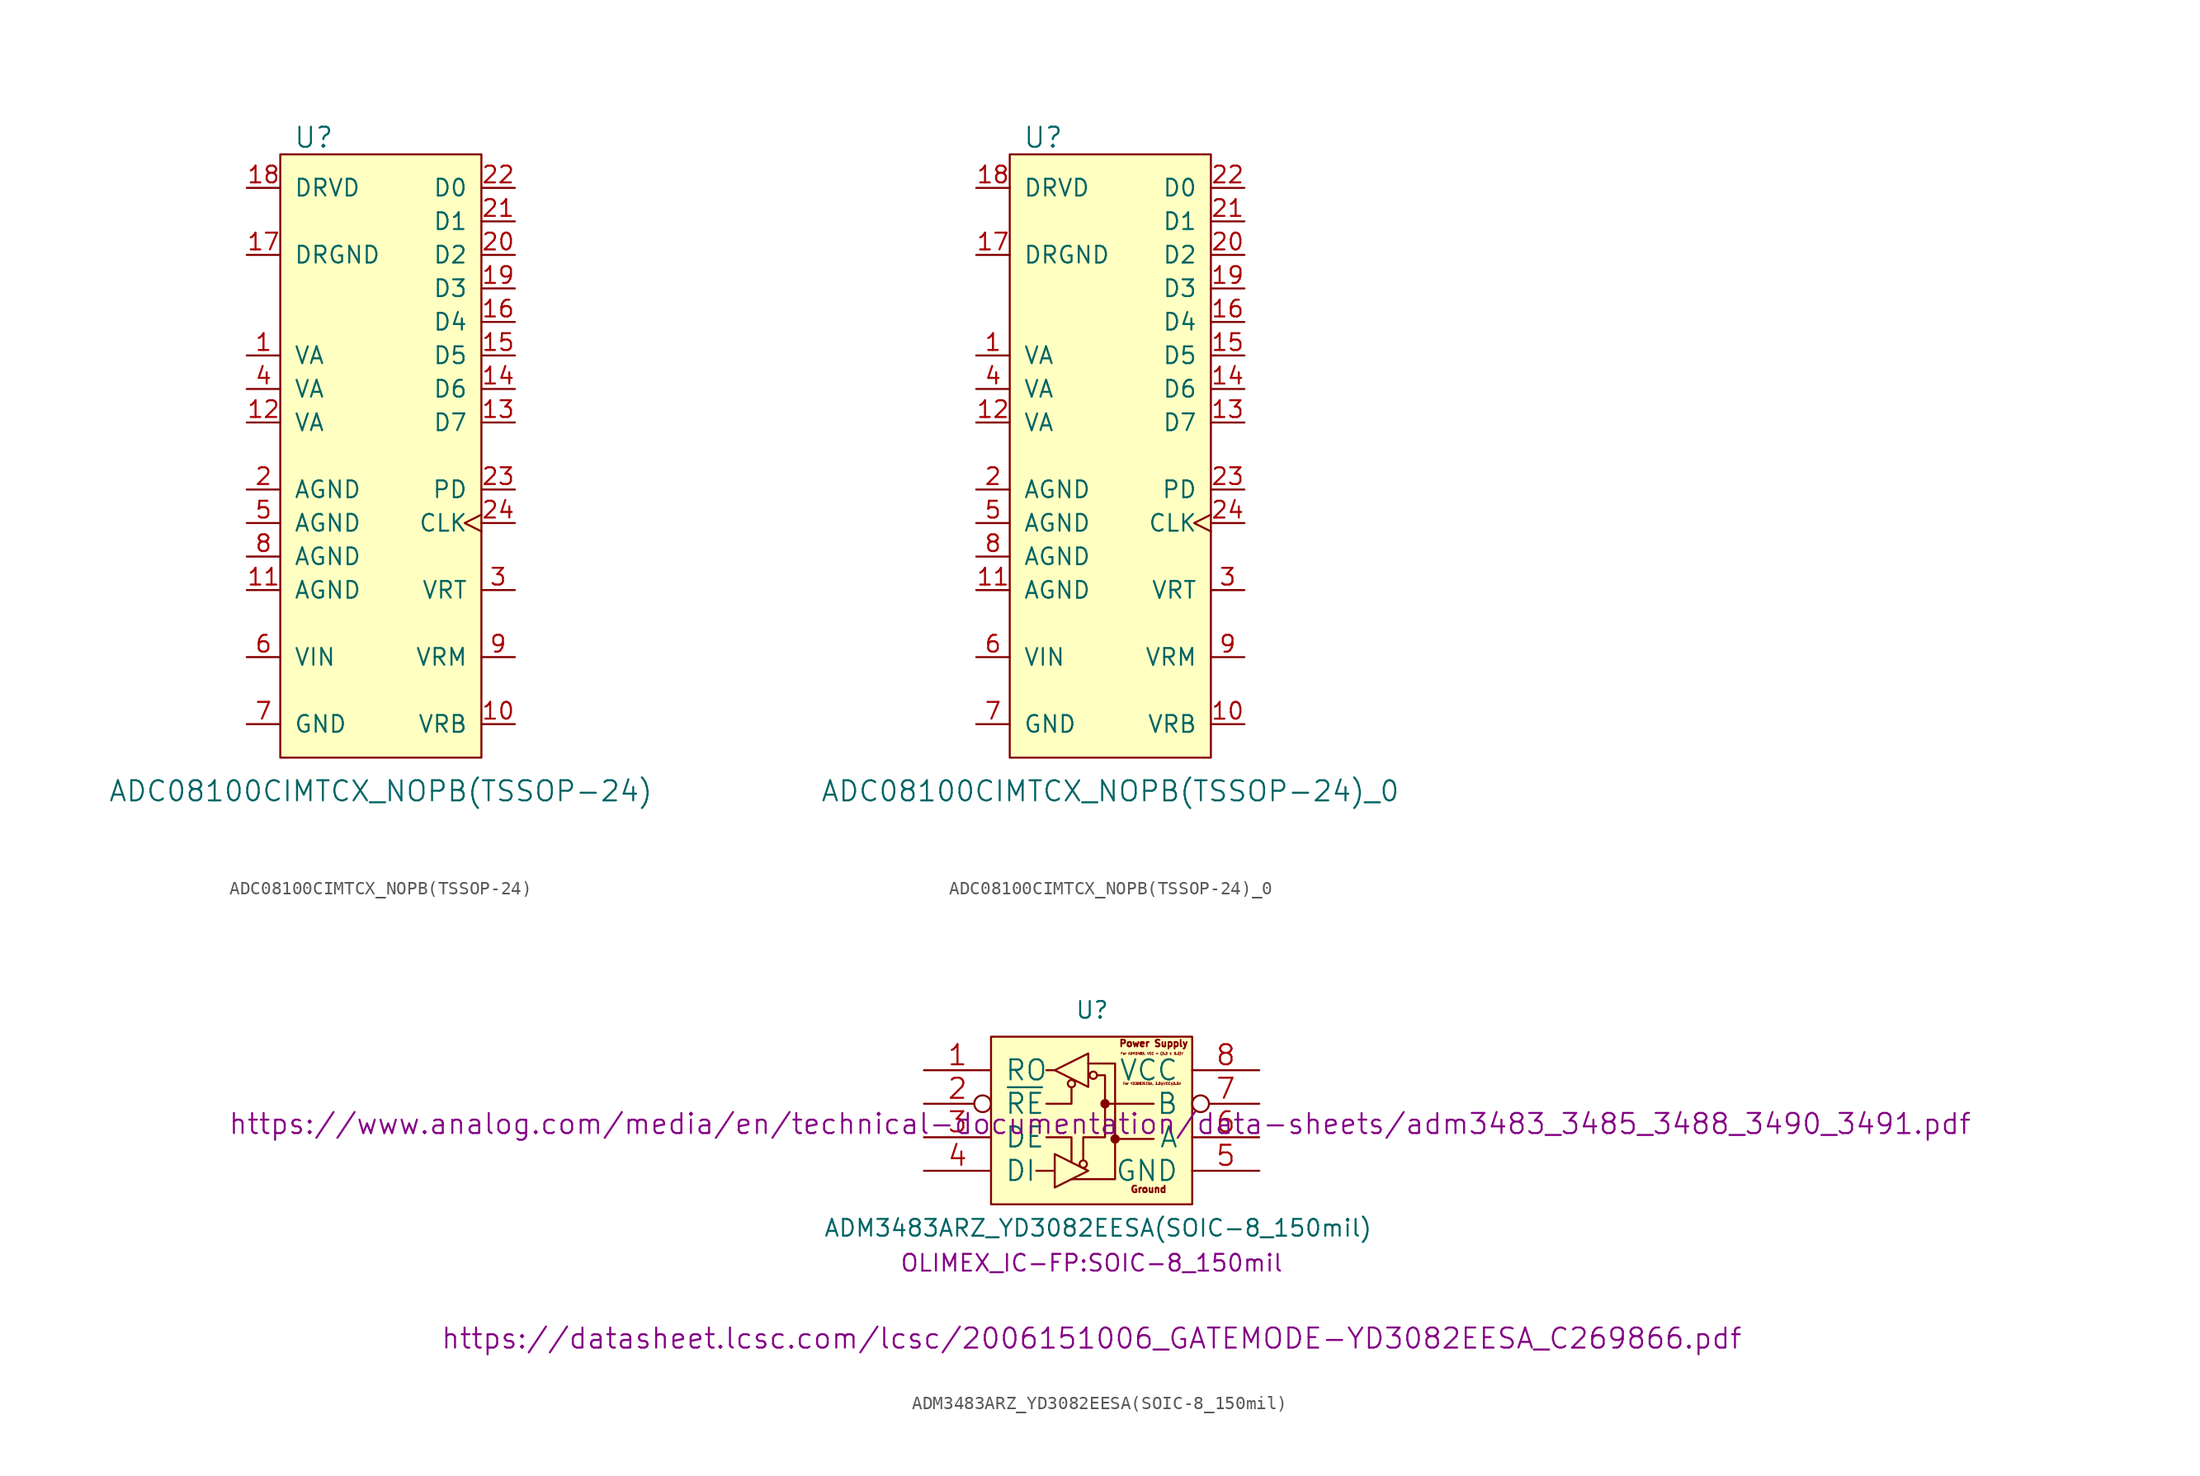
<source format=kicad_sym>
(kicad_symbol_lib
  (version 20220914)
  (generator kicad_symbol_editor)
  (symbol "ADC08100CIMTCX_NOPB(TSSOP-24)"
    (pin_names
      (offset 1.016))
    (property "Reference" "U"
      (at -5.08 24.13 0)
      (effects (font (size 1.524 1.524))))
    (property "Value" "ADC08100CIMTCX_NOPB(TSSOP-24)"
      (at 0 -25.4 0)
      (effects (font (size 1.524 1.524))))
    (property "Footprint" ""
      (at 0 5.08 0)
      (effects (font (size 1.524 1.524))))
    (property "Datasheet" ""
      (at 0 5.08 0)
      (effects (font (size 1.524 1.524))))
    (symbol "ADC08100CIMTCX_NOPB(TSSOP-24)_0_1"
      (rectangle (start -7.62 22.86) (end 7.62 -22.86) (stroke (width 0) (type solid)) (fill (type background))))
    (symbol "ADC08100CIMTCX_NOPB(TSSOP-24)_1_1"
      (pin power_in line (at -10.16 7.62 0) (length 2.54) (name "VA" (effects (font (size 1.27 1.27)))) (number "1" (effects (font (size 1.27 1.27)))))
      (pin input line (at 10.16 -20.32 180) (length 2.54) (name "VRB" (effects (font (size 1.27 1.27)))) (number "10" (effects (font (size 1.27 1.27)))))
      (pin power_in line (at -10.16 -10.16 0) (length 2.54) (name "AGND" (effects (font (size 1.27 1.27)))) (number "11" (effects (font (size 1.27 1.27)))))
      (pin power_in line (at -10.16 2.54 0) (length 2.54) (name "VA" (effects (font (size 1.27 1.27)))) (number "12" (effects (font (size 1.27 1.27)))))
      (pin output line (at 10.16 2.54 180) (length 2.54) (name "D7" (effects (font (size 1.27 1.27)))) (number "13" (effects (font (size 1.27 1.27)))))
      (pin output line (at 10.16 5.08 180) (length 2.54) (name "D6" (effects (font (size 1.27 1.27)))) (number "14" (effects (font (size 1.27 1.27)))))
      (pin output line (at 10.16 7.62 180) (length 2.54) (name "D5" (effects (font (size 1.27 1.27)))) (number "15" (effects (font (size 1.27 1.27)))))
      (pin output line (at 10.16 10.16 180) (length 2.54) (name "D4" (effects (font (size 1.27 1.27)))) (number "16" (effects (font (size 1.27 1.27)))))
      (pin power_in line (at -10.16 15.24 0) (length 2.54) (name "DRGND" (effects (font (size 1.27 1.27)))) (number "17" (effects (font (size 1.27 1.27)))))
      (pin power_in line (at -10.16 20.32 0) (length 2.54) (name "DRVD" (effects (font (size 1.27 1.27)))) (number "18" (effects (font (size 1.27 1.27)))))
      (pin output line (at 10.16 12.7 180) (length 2.54) (name "D3" (effects (font (size 1.27 1.27)))) (number "19" (effects (font (size 1.27 1.27)))))
      (pin power_in line (at -10.16 -2.54 0) (length 2.54) (name "AGND" (effects (font (size 1.27 1.27)))) (number "2" (effects (font (size 1.27 1.27)))))
      (pin output line (at 10.16 15.24 180) (length 2.54) (name "D2" (effects (font (size 1.27 1.27)))) (number "20" (effects (font (size 1.27 1.27)))))
      (pin output line (at 10.16 17.78 180) (length 2.54) (name "D1" (effects (font (size 1.27 1.27)))) (number "21" (effects (font (size 1.27 1.27)))))
      (pin output line (at 10.16 20.32 180) (length 2.54) (name "D0" (effects (font (size 1.27 1.27)))) (number "22" (effects (font (size 1.27 1.27)))))
      (pin input line (at 10.16 -2.54 180) (length 2.54) (name "PD" (effects (font (size 1.27 1.27)))) (number "23" (effects (font (size 1.27 1.27)))))
      (pin input clock (at 10.16 -5.08 180) (length 2.54) (name "CLK" (effects (font (size 1.27 1.27)))) (number "24" (effects (font (size 1.27 1.27)))))
      (pin input line (at 10.16 -10.16 180) (length 2.54) (name "VRT" (effects (font (size 1.27 1.27)))) (number "3" (effects (font (size 1.27 1.27)))))
      (pin power_in line (at -10.16 5.08 0) (length 2.54) (name "VA" (effects (font (size 1.27 1.27)))) (number "4" (effects (font (size 1.27 1.27)))))
      (pin power_in line (at -10.16 -5.08 0) (length 2.54) (name "AGND" (effects (font (size 1.27 1.27)))) (number "5" (effects (font (size 1.27 1.27)))))
      (pin input line (at -10.16 -15.24 0) (length 2.54) (name "VIN" (effects (font (size 1.27 1.27)))) (number "6" (effects (font (size 1.27 1.27)))))
      (pin power_in line (at -10.16 -20.32 0) (length 2.54) (name "GND" (effects (font (size 1.27 1.27)))) (number "7" (effects (font (size 1.27 1.27)))))
      (pin power_in line (at -10.16 -7.62 0) (length 2.54) (name "AGND" (effects (font (size 1.27 1.27)))) (number "8" (effects (font (size 1.27 1.27)))))
      (pin input line (at 10.16 -15.24 180) (length 2.54) (name "VRM" (effects (font (size 1.27 1.27)))) (number "9" (effects (font (size 1.27 1.27)))))))
  (symbol "ADC08100CIMTCX_NOPB(TSSOP-24)_0"
    (pin_names
      (offset 1.016))
    (property "Reference" "U"
      (at -5.08 24.13 0)
      (effects (font (size 1.524 1.524))))
    (property "Value" "ADC08100CIMTCX_NOPB(TSSOP-24)_0"
      (at 0 -25.4 0)
      (effects (font (size 1.524 1.524))))
    (property "Footprint" ""
      (at 0 5.08 0)
      (effects (font (size 1.524 1.524))))
    (property "Datasheet" ""
      (at 0 5.08 0)
      (effects (font (size 1.524 1.524))))
    (symbol "ADC08100CIMTCX_NOPB(TSSOP-24)_0_0_1"
      (rectangle (start -7.62 22.86) (end 7.62 -22.86) (stroke (width 0) (type solid)) (fill (type background))))
    (symbol "ADC08100CIMTCX_NOPB(TSSOP-24)_0_1_1"
      (pin power_in line (at -10.16 7.62 0) (length 2.54) (name "VA" (effects (font (size 1.27 1.27)))) (number "1" (effects (font (size 1.27 1.27)))))
      (pin input line (at 10.16 -20.32 180) (length 2.54) (name "VRB" (effects (font (size 1.27 1.27)))) (number "10" (effects (font (size 1.27 1.27)))))
      (pin power_in line (at -10.16 -10.16 0) (length 2.54) (name "AGND" (effects (font (size 1.27 1.27)))) (number "11" (effects (font (size 1.27 1.27)))))
      (pin power_in line (at -10.16 2.54 0) (length 2.54) (name "VA" (effects (font (size 1.27 1.27)))) (number "12" (effects (font (size 1.27 1.27)))))
      (pin output line (at 10.16 2.54 180) (length 2.54) (name "D7" (effects (font (size 1.27 1.27)))) (number "13" (effects (font (size 1.27 1.27)))))
      (pin output line (at 10.16 5.08 180) (length 2.54) (name "D6" (effects (font (size 1.27 1.27)))) (number "14" (effects (font (size 1.27 1.27)))))
      (pin output line (at 10.16 7.62 180) (length 2.54) (name "D5" (effects (font (size 1.27 1.27)))) (number "15" (effects (font (size 1.27 1.27)))))
      (pin output line (at 10.16 10.16 180) (length 2.54) (name "D4" (effects (font (size 1.27 1.27)))) (number "16" (effects (font (size 1.27 1.27)))))
      (pin power_in line (at -10.16 15.24 0) (length 2.54) (name "DRGND" (effects (font (size 1.27 1.27)))) (number "17" (effects (font (size 1.27 1.27)))))
      (pin power_in line (at -10.16 20.32 0) (length 2.54) (name "DRVD" (effects (font (size 1.27 1.27)))) (number "18" (effects (font (size 1.27 1.27)))))
      (pin output line (at 10.16 12.7 180) (length 2.54) (name "D3" (effects (font (size 1.27 1.27)))) (number "19" (effects (font (size 1.27 1.27)))))
      (pin power_in line (at -10.16 -2.54 0) (length 2.54) (name "AGND" (effects (font (size 1.27 1.27)))) (number "2" (effects (font (size 1.27 1.27)))))
      (pin output line (at 10.16 15.24 180) (length 2.54) (name "D2" (effects (font (size 1.27 1.27)))) (number "20" (effects (font (size 1.27 1.27)))))
      (pin output line (at 10.16 17.78 180) (length 2.54) (name "D1" (effects (font (size 1.27 1.27)))) (number "21" (effects (font (size 1.27 1.27)))))
      (pin output line (at 10.16 20.32 180) (length 2.54) (name "D0" (effects (font (size 1.27 1.27)))) (number "22" (effects (font (size 1.27 1.27)))))
      (pin input line (at 10.16 -2.54 180) (length 2.54) (name "PD" (effects (font (size 1.27 1.27)))) (number "23" (effects (font (size 1.27 1.27)))))
      (pin input clock (at 10.16 -5.08 180) (length 2.54) (name "CLK" (effects (font (size 1.27 1.27)))) (number "24" (effects (font (size 1.27 1.27)))))
      (pin input line (at 10.16 -10.16 180) (length 2.54) (name "VRT" (effects (font (size 1.27 1.27)))) (number "3" (effects (font (size 1.27 1.27)))))
      (pin power_in line (at -10.16 5.08 0) (length 2.54) (name "VA" (effects (font (size 1.27 1.27)))) (number "4" (effects (font (size 1.27 1.27)))))
      (pin power_in line (at -10.16 -5.08 0) (length 2.54) (name "AGND" (effects (font (size 1.27 1.27)))) (number "5" (effects (font (size 1.27 1.27)))))
      (pin input line (at -10.16 -15.24 0) (length 2.54) (name "VIN" (effects (font (size 1.27 1.27)))) (number "6" (effects (font (size 1.27 1.27)))))
      (pin power_in line (at -10.16 -20.32 0) (length 2.54) (name "GND" (effects (font (size 1.27 1.27)))) (number "7" (effects (font (size 1.27 1.27)))))
      (pin power_in line (at -10.16 -7.62 0) (length 2.54) (name "AGND" (effects (font (size 1.27 1.27)))) (number "8" (effects (font (size 1.27 1.27)))))
      (pin input line (at 10.16 -15.24 180) (length 2.54) (name "VRM" (effects (font (size 1.27 1.27)))) (number "9" (effects (font (size 1.27 1.27)))))))
  (symbol "ADM3483ARZ_YD3082EESA(SOIC-8_150mil)"
    (pin_names
      (offset 1.016))
    (property "Reference" "U"
      (at -1.27 8.89 0)
      (effects (font (size 1.27 1.27)) (justify left bottom)))
    (property "Value" "ADM3483ARZ_YD3082EESA(SOIC-8_150mil)"
      (at -20.32 -7.62 0)
      (effects (font (size 1.27 1.27)) (justify left bottom)))
    (property "Footprint" "OLIMEX_IC-FP:SOIC-8_150mil"
      (at 0 -9.525 0)
      (effects (font (size 1.27 1.27))))
    (property "Datasheet" "https://www.analog.com/media/en/technical-documentation/data-sheets/adm3483_3485_3488_3490_3491.pdf"
      (at 0.635 1.016 0)
      (effects (font (size 1.524 1.524))))
    (property "Datasheet1" "https://datasheet.lcsc.com/lcsc/2006151006_GATEMODE-YD3082EESA_C269866.pdf"
      (at 0 -15.24 0)
      (effects (font (size 1.524 1.524))))
    (symbol "ADM3483ARZ_YD3082EESA(SOIC-8_150mil)_0_0"
      (text "For ADM3483, VCC = (3.3 ± 0.3)V" (at 4.572 6.35 0) (effects (font (size 0.178 0.178))))
      (text "For YD3082EESA, 3.0≦VCC≦5.5V" (at 4.572 4.064 0) (effects (font (size 0.178 0.178))))
      (text "Ground" (at 4.318 -3.937 0) (effects (font (size 0.508 0.508))))
      (text "Power Supply" (at 4.699 7.112 0) (effects (font (size 0.508 0.508)))))
    (symbol "ADM3483ARZ_YD3082EESA(SOIC-8_150mil)_0_1"
      (circle (center -1.524 4.064) (radius 0.279) (stroke (width 0.152) (type solid)) (fill (type background)))
      (circle (center -0.635 -2.032) (radius 0.279) (stroke (width 0.152) (type solid)) (fill (type background)))
      (polyline (pts (xy -2.794 -2.54) (xy -4.191 -2.54)) (stroke (width 0.152) (type solid)) (fill (type none)))
      (polyline (pts (xy -2.794 5.08) (xy -3.429 5.08)) (stroke (width 0.152) (type solid)) (fill (type none)))
      (polyline (pts (xy 1.778 -0.127) (xy 4.699 -0.127)) (stroke (width 0.152) (type solid)) (fill (type none)))
      (polyline (pts (xy 4.699 2.54) (xy 1.143 2.54)) (stroke (width 0.152) (type solid)) (fill (type none)))
      (polyline (pts (xy -1.524 -1.905) (xy -1.524 0) (xy -3.429 0)) (stroke (width 0.152) (type solid)) (fill (type none)))
      (polyline (pts (xy -1.524 3.785) (xy -1.524 2.54) (xy -3.429 2.54)) (stroke (width 0.152) (type solid)) (fill (type none)))
      (polyline (pts (xy -2.794 -1.27) (xy -0.254 -2.54) (xy -2.794 -3.81) (xy -2.794 -1.27)) (stroke (width 0.152) (type solid)) (fill (type none)))
      (polyline (pts (xy -0.254 3.81) (xy -2.794 5.08) (xy -0.254 6.35) (xy -0.254 3.81)) (stroke (width 0.152) (type solid)) (fill (type none)))
      (polyline (pts (xy -1.524 -3.175) (xy 1.651 -3.175) (xy 1.778 -3.175) (xy 1.778 5.588) (xy -0.254 5.588)) (stroke (width 0.152) (type solid)) (fill (type none)))
      (polyline (pts (xy 0.457 4.699) (xy 1.016 4.699) (xy 1.016 0) (xy -0.635 0) (xy -0.635 -1.727)) (stroke (width 0.152) (type solid)) (fill (type none)))
      (circle (center 0.127 4.699) (radius 0.279) (stroke (width 0.152) (type solid)) (fill (type background)))
      (circle (center 1.016 2.54) (radius 0.279) (stroke (width 0.152) (type solid)) (fill (type outline)))
      (circle (center 1.778 -0.127) (radius 0.279) (stroke (width 0.152) (type solid)) (fill (type outline))))
    (symbol "ADM3483ARZ_YD3082EESA(SOIC-8_150mil)_1_0"
      (rectangle (start -7.62 7.62) (end 7.62 -5.08) (stroke (width 0) (type solid)) (fill (type background))))
    (symbol "ADM3483ARZ_YD3082EESA(SOIC-8_150mil)_1_1"
      (pin output line (at -12.7 5.08 0) (length 5.08) (name "RO" (effects (font (size 1.524 1.524)))) (number "1" (effects (font (size 1.524 1.524)))))
      (pin input inverted (at -12.7 2.54 0) (length 5.08) (name "~{RE}" (effects (font (size 1.524 1.524)))) (number "2" (effects (font (size 1.524 1.524)))))
      (pin input line (at -12.7 0 0) (length 5.08) (name "DE" (effects (font (size 1.524 1.524)))) (number "3" (effects (font (size 1.524 1.524)))))
      (pin input line (at -12.7 -2.54 0) (length 5.08) (name "DI" (effects (font (size 1.524 1.524)))) (number "4" (effects (font (size 1.524 1.524)))))
      (pin power_in line (at 12.7 -2.54 180) (length 5.08) (name "GND" (effects (font (size 1.524 1.524)))) (number "5" (effects (font (size 1.524 1.524)))))
      (pin bidirectional line (at 12.7 0 180) (length 5.08) (name "A" (effects (font (size 1.524 1.524)))) (number "6" (effects (font (size 1.524 1.524)))))
      (pin bidirectional inverted (at 12.7 2.54 180) (length 5.08) (name "B" (effects (font (size 1.524 1.524)))) (number "7" (effects (font (size 1.524 1.524)))))
      (pin power_in line (at 12.7 5.08 180) (length 5.08) (name "VCC" (effects (font (size 1.524 1.524)))) (number "8" (effects (font (size 1.524 1.524))))))))
</source>
